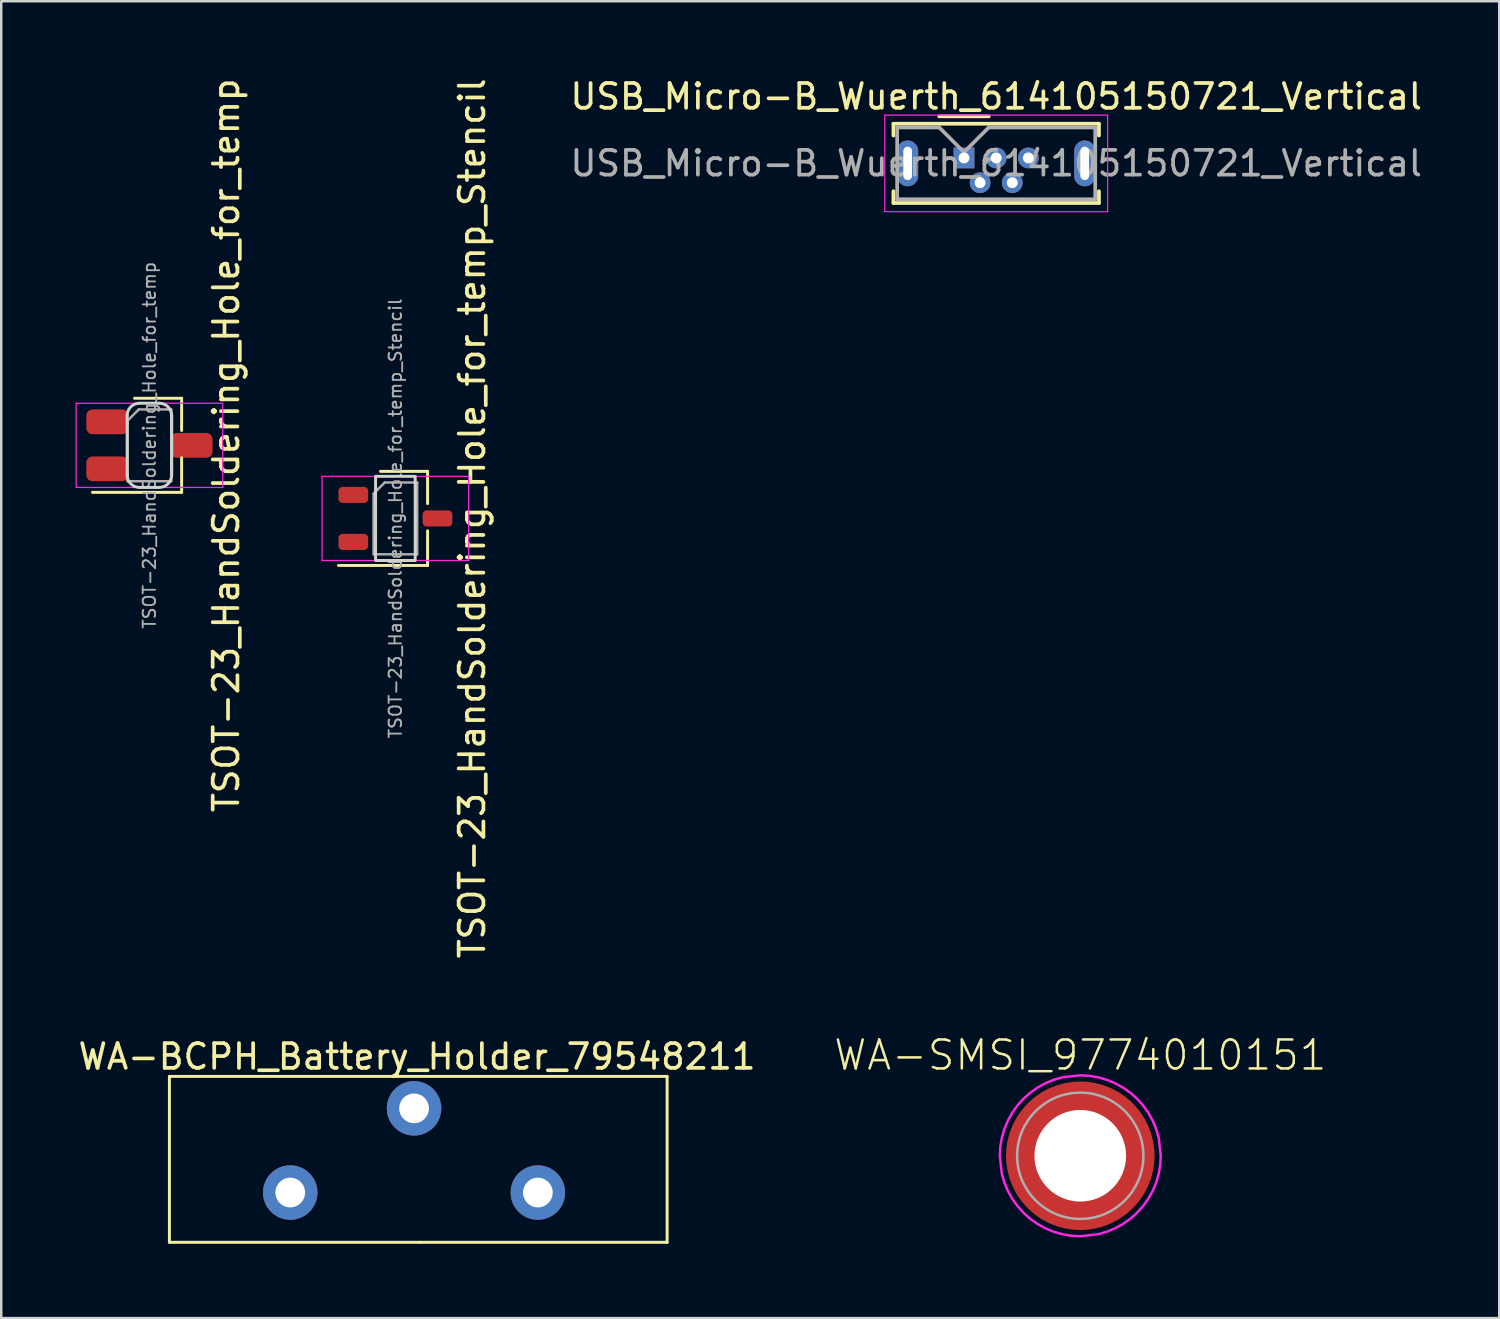
<source format=kicad_pcb>
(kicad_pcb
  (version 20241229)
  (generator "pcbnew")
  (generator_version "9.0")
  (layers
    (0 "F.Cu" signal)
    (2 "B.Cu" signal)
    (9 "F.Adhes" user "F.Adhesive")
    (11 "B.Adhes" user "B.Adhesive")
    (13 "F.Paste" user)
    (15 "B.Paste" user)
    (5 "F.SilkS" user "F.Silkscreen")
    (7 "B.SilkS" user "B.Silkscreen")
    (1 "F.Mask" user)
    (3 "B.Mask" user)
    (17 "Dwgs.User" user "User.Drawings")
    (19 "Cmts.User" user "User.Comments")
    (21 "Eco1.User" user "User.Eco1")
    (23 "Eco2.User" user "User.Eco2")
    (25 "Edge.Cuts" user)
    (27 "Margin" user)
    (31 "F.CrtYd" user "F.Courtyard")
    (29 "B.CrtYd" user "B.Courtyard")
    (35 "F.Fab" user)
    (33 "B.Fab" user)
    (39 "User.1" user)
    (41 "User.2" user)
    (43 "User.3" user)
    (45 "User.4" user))
  (footprint "WA-SMSI_9774010151"
    (layer "F.Cu")
    (at 40.578 43.627)
    (property "Reference" "WA-SMSI_9774010151" (at 0 -3.38 0) (layer "F.SilkS") (effects (font (size 1.168 1.168) (thickness 0.102)) (justify bottom)))
    (fp_poly (pts (xy -1.865 0.335) (xy -1.86 0.369) (xy -1.845 0.434) (xy -1.815 0.549) (xy -1.79 0.623) (xy -1.755 0.713) (xy -1.735 0.763) (xy -1.691 0.858) (xy -1.651 0.933) (xy -1.581 1.047) (xy -1.536 1.112) (xy -1.501 1.157) (xy -1.441 1.232) (xy -1.391 1.287) (xy -1.351 1.331) (xy -1.312 1.366) (xy -1.232 1.441) (xy -1.177 1.486) (xy -1.132 1.521) (xy -1.077 1.561) (xy -1.022 1.596) (xy -0.957 1.636) (xy -0.888 1.676) (xy -0.808 1.715) (xy -0.728 1.75) (xy -0.643 1.785) (xy -0.569 1.81) (xy -0.494 1.83) (xy -0.414 1.85) (xy -0.34 1.865) (xy -0.32 1.865) (xy -0.32 2.911) (xy -0.351 2.905) (xy -0.421 2.895) (xy -0.511 2.88) (xy -0.591 2.865) (xy -0.666 2.85) (xy -0.766 2.825) (xy -0.851 2.8) (xy -0.942 2.77) (xy -1.012 2.745) (xy -1.092 2.715) (xy -1.177 2.68) (xy -1.252 2.645) (xy -1.372 2.584) (xy -1.442 2.544) (xy -1.513 2.504) (xy -1.583 2.459) (xy -1.623 2.434) (xy -1.688 2.389) (xy -1.738 2.354) (xy -1.783 2.319) (xy -1.848 2.269) (xy -1.913 2.214) (xy -1.953 2.179) (xy -2.018 2.119) (xy -2.079 2.059) (xy -2.129 2.008) (xy -2.169 1.963) (xy -2.209 1.918) (xy -2.264 1.853) (xy -2.304 1.803) (xy -2.349 1.743) (xy -2.399 1.673) (xy -2.444 1.608) (xy -2.494 1.528) (xy -2.529 1.473) (xy -2.574 1.387) (xy -2.614 1.317) (xy -2.655 1.232) (xy -2.685 1.162) (xy -2.73 1.057) (xy -2.765 0.957) (xy -2.79 0.882) (xy -2.815 0.801) (xy -2.845 0.681) (xy -2.865 0.596) (xy -2.88 0.516) (xy -2.895 0.431) (xy -2.905 0.35) (xy -2.905 0.32) (xy -1.865 0.32)) (stroke (width 0) (type solid)) (fill yes) (layer "F.Paste"))
    (fp_poly (pts (xy -1.287 -1.391) (xy -1.331 -1.351) (xy -1.366 -1.312) (xy -1.441 -1.232) (xy -1.486 -1.177) (xy -1.521 -1.132) (xy -1.561 -1.077) (xy -1.596 -1.022) (xy -1.636 -0.957) (xy -1.676 -0.888) (xy -1.715 -0.808) (xy -1.75 -0.728) (xy -1.785 -0.643) (xy -1.81 -0.569) (xy -1.83 -0.494) (xy -1.85 -0.414) (xy -1.865 -0.34) (xy -1.865 -0.32) (xy -2.911 -0.32) (xy -2.905 -0.351) (xy -2.895 -0.421) (xy -2.88 -0.511) (xy -2.865 -0.591) (xy -2.85 -0.666) (xy -2.825 -0.766) (xy -2.8 -0.851) (xy -2.77 -0.942) (xy -2.745 -1.012) (xy -2.715 -1.092) (xy -2.68 -1.177) (xy -2.645 -1.252) (xy -2.584 -1.372) (xy -2.544 -1.442) (xy -2.504 -1.513) (xy -2.459 -1.583) (xy -2.434 -1.623) (xy -2.389 -1.688) (xy -2.354 -1.738) (xy -2.319 -1.783) (xy -2.269 -1.848) (xy -2.214 -1.913) (xy -2.179 -1.953) (xy -2.119 -2.018) (xy -2.059 -2.079) (xy -2.008 -2.129) (xy -1.963 -2.169) (xy -1.918 -2.209) (xy -1.853 -2.264) (xy -1.803 -2.304) (xy -1.743 -2.349) (xy -1.673 -2.399) (xy -1.608 -2.444) (xy -1.528 -2.494) (xy -1.473 -2.529) (xy -1.387 -2.574) (xy -1.317 -2.614) (xy -1.232 -2.655) (xy -1.162 -2.685) (xy -1.057 -2.73) (xy -0.957 -2.765) (xy -0.882 -2.79) (xy -0.801 -2.815) (xy -0.681 -2.845) (xy -0.596 -2.865) (xy -0.516 -2.88) (xy -0.431 -2.895) (xy -0.35 -2.905) (xy -0.32 -2.905) (xy -0.32 -1.865) (xy -0.335 -1.865) (xy -0.369 -1.86) (xy -0.434 -1.845) (xy -0.549 -1.815) (xy -0.623 -1.79) (xy -0.713 -1.755) (xy -0.763 -1.735) (xy -0.858 -1.691) (xy -0.933 -1.651) (xy -1.047 -1.581) (xy -1.112 -1.536) (xy -1.157 -1.501) (xy -1.232 -1.441)) (stroke (width 0) (type solid)) (fill yes) (layer "F.Paste"))
    (fp_poly (pts (xy 0.351 -2.905) (xy 0.421 -2.895) (xy 0.511 -2.88) (xy 0.591 -2.865) (xy 0.666 -2.85) (xy 0.766 -2.825) (xy 0.851 -2.8) (xy 0.942 -2.77) (xy 1.012 -2.745) (xy 1.092 -2.715) (xy 1.177 -2.68) (xy 1.252 -2.645) (xy 1.372 -2.584) (xy 1.442 -2.544) (xy 1.513 -2.504) (xy 1.583 -2.459) (xy 1.623 -2.434) (xy 1.688 -2.389) (xy 1.738 -2.354) (xy 1.783 -2.319) (xy 1.848 -2.269) (xy 1.913 -2.214) (xy 1.953 -2.179) (xy 2.018 -2.119) (xy 2.079 -2.059) (xy 2.129 -2.008) (xy 2.169 -1.963) (xy 2.209 -1.918) (xy 2.264 -1.853) (xy 2.304 -1.803) (xy 2.349 -1.743) (xy 2.399 -1.673) (xy 2.444 -1.608) (xy 2.494 -1.528) (xy 2.529 -1.473) (xy 2.574 -1.387) (xy 2.614 -1.317) (xy 2.655 -1.232) (xy 2.685 -1.162) (xy 2.73 -1.057) (xy 2.765 -0.957) (xy 2.79 -0.882) (xy 2.815 -0.801) (xy 2.845 -0.681) (xy 2.865 -0.596) (xy 2.88 -0.516) (xy 2.895 -0.431) (xy 2.905 -0.35) (xy 2.905 -0.32) (xy 1.865 -0.32) (xy 1.865 -0.335) (xy 1.86 -0.369) (xy 1.845 -0.434) (xy 1.815 -0.549) (xy 1.79 -0.623) (xy 1.755 -0.713) (xy 1.735 -0.763) (xy 1.691 -0.858) (xy 1.651 -0.933) (xy 1.581 -1.047) (xy 1.536 -1.112) (xy 1.501 -1.157) (xy 1.441 -1.232) (xy 1.391 -1.287) (xy 1.351 -1.331) (xy 1.312 -1.366) (xy 1.232 -1.441) (xy 1.177 -1.486) (xy 1.132 -1.521) (xy 1.077 -1.561) (xy 1.022 -1.596) (xy 0.957 -1.636) (xy 0.888 -1.676) (xy 0.808 -1.715) (xy 0.728 -1.75) (xy 0.643 -1.785) (xy 0.569 -1.81) (xy 0.494 -1.83) (xy 0.414 -1.85) (xy 0.34 -1.865) (xy 0.32 -1.865) (xy 0.32 -2.911)) (stroke (width 0) (type solid)) (fill yes) (layer "F.Paste"))
    (fp_poly (pts (xy 1.387 2.574) (xy 1.317 2.614) (xy 1.232 2.655) (xy 1.162 2.685) (xy 1.057 2.73) (xy 0.957 2.765) (xy 0.882 2.79) (xy 0.801 2.815) (xy 0.681 2.845) (xy 0.596 2.865) (xy 0.516 2.88) (xy 0.431 2.895) (xy 0.35 2.905) (xy 0.32 2.905) (xy 0.32 1.865) (xy 0.335 1.865) (xy 0.369 1.86) (xy 0.434 1.845) (xy 0.549 1.815) (xy 0.623 1.79) (xy 0.713 1.755) (xy 0.763 1.735) (xy 0.858 1.691) (xy 0.933 1.651) (xy 1.047 1.581) (xy 1.112 1.536) (xy 1.157 1.501) (xy 1.232 1.441) (xy 1.287 1.391) (xy 1.331 1.351) (xy 1.366 1.312) (xy 1.441 1.232) (xy 1.486 1.177) (xy 1.521 1.132) (xy 1.561 1.077) (xy 1.596 1.022) (xy 1.636 0.957) (xy 1.676 0.888) (xy 1.715 0.808) (xy 1.75 0.728) (xy 1.785 0.643) (xy 1.81 0.569) (xy 1.83 0.494) (xy 1.85 0.414) (xy 1.865 0.34) (xy 1.865 0.32) (xy 2.911 0.32) (xy 2.905 0.351) (xy 2.895 0.421) (xy 2.88 0.511) (xy 2.865 0.591) (xy 2.85 0.666) (xy 2.825 0.766) (xy 2.8 0.851) (xy 2.77 0.942) (xy 2.745 1.012) (xy 2.715 1.092) (xy 2.68 1.177) (xy 2.645 1.252) (xy 2.584 1.372) (xy 2.544 1.442) (xy 2.504 1.513) (xy 2.459 1.583) (xy 2.434 1.623) (xy 2.389 1.688) (xy 2.354 1.738) (xy 2.319 1.783) (xy 2.269 1.848) (xy 2.214 1.913) (xy 2.179 1.953) (xy 2.119 2.018) (xy 2.059 2.079) (xy 2.008 2.129) (xy 1.963 2.169) (xy 1.918 2.209) (xy 1.853 2.264) (xy 1.803 2.304) (xy 1.743 2.349) (xy 1.673 2.399) (xy 1.608 2.444) (xy 1.528 2.494) (xy 1.473 2.529)) (stroke (width 0) (type solid)) (fill yes) (layer "F.Paste"))
    (fp_poly (pts (xy 0.364 -3.23) (xy 0.723 -3.169) (xy 1.073 -3.068) (xy 1.41 -2.928) (xy 1.729 -2.752) (xy 2.026 -2.541) (xy 2.298 -2.298) (xy 2.541 -2.026) (xy 2.752 -1.729) (xy 2.928 -1.41) (xy 3.068 -1.073) (xy 3.169 -0.722) (xy 3.25 -0.001) (xy 3.23 0.364) (xy 3.169 0.723) (xy 3.068 1.073) (xy 2.928 1.41) (xy 2.752 1.729) (xy 2.541 2.026) (xy 2.298 2.298) (xy 2.026 2.541) (xy 1.729 2.752) (xy 1.41 2.928) (xy 1.073 3.068) (xy 0.722 3.169) (xy 0.001 3.25) (xy -0.364 3.23) (xy -0.723 3.169) (xy -1.073 3.068) (xy -1.41 2.928) (xy -1.729 2.752) (xy -2.026 2.541) (xy -2.298 2.298) (xy -2.541 2.026) (xy -2.752 1.729) (xy -2.928 1.41) (xy -3.068 1.073) (xy -3.169 0.722) (xy -3.25 0.001) (xy -3.23 -0.364) (xy -3.169 -0.723) (xy -3.068 -1.073) (xy -2.928 -1.41) (xy -2.752 -1.729) (xy -2.541 -2.026) (xy -2.298 -2.298) (xy -2.026 -2.541) (xy -1.729 -2.752) (xy -1.41 -2.928) (xy -1.073 -3.068) (xy -0.722 -3.169) (xy -0.001 -3.25)) (stroke (width 0.1) (type solid)) (fill no) (layer "F.CrtYd"))
    (fp_circle (center 0 0) (end 2.55 0) (stroke (width 0.1) (type solid)) (fill no) (layer "F.Fab"))
    (pad "" np_thru_hole circle (at 0 0) (size 3.7 3.7) (drill 3.7) (layers "*.Cu" "*.Mask"))
    (pad "1" smd roundrect (at 0 0) (size 6 6) (layers "F.Cu" "F.Mask") (roundrect_rratio 0.5)))
  (footprint "USB_Micro-B_Wuerth_614105150721_Vertical"
    (layer "F.Cu")
    (at 35.882 3.328)
    (property "Reference" "USB_Micro-B_Wuerth_614105150721_Vertical" (at 1.3 -2.48 0) (layer "F.SilkS") (effects (font (size 1 1) (thickness 0.15))))
    (attr through_hole)
    (fp_line (start -2.85 -1.38) (end 5.45 -1.38) (stroke (width 0.15) (type solid)) (layer "F.SilkS"))
    (fp_line (start -2.85 -0.905) (end -2.85 -1.38) (stroke (width 0.15) (type solid)) (layer "F.SilkS"))
    (fp_line (start -2.85 1.345) (end -2.85 1.82) (stroke (width 0.15) (type solid)) (layer "F.SilkS"))
    (fp_line (start -2.85 1.82) (end 5.45 1.82) (stroke (width 0.15) (type solid)) (layer "F.SilkS"))
    (fp_line (start -1 -1.68) (end 1 -1.68) (stroke (width 0.15) (type solid)) (layer "F.SilkS"))
    (fp_line (start 5.45 -1.38) (end 5.45 -0.905) (stroke (width 0.15) (type solid)) (layer "F.SilkS"))
    (fp_line (start 5.45 1.82) (end 5.45 1.345) (stroke (width 0.15) (type solid)) (layer "F.SilkS"))
    (fp_line (start -3.2 -1.73) (end -3.2 2.17) (stroke (width 0.05) (type solid)) (layer "F.CrtYd"))
    (fp_line (start -3.2 2.17) (end 5.8 2.17) (stroke (width 0.05) (type solid)) (layer "F.CrtYd"))
    (fp_line (start 5.8 -1.73) (end -3.2 -1.73) (stroke (width 0.05) (type solid)) (layer "F.CrtYd"))
    (fp_line (start 5.8 2.17) (end 5.8 -1.73) (stroke (width 0.05) (type solid)) (layer "F.CrtYd"))
    (fp_line (start -2.7 -1.23) (end -1 -1.23) (stroke (width 0.15) (type solid)) (layer "F.Fab"))
    (fp_line (start -2.7 1.67) (end -2.7 -1.23) (stroke (width 0.15) (type solid)) (layer "F.Fab"))
    (fp_line (start -1 -1.23) (end 0 -0.23) (stroke (width 0.15) (type solid)) (layer "F.Fab"))
    (fp_line (start 0 -0.23) (end 1 -1.23) (stroke (width 0.15) (type solid)) (layer "F.Fab"))
    (fp_line (start 1 -1.23) (end 5.3 -1.23) (stroke (width 0.15) (type solid)) (layer "F.Fab"))
    (fp_line (start 5.3 -1.23) (end 5.3 1.67) (stroke (width 0.15) (type solid)) (layer "F.Fab"))
    (fp_line (start 5.3 1.67) (end -2.7 1.67) (stroke (width 0.15) (type solid)) (layer "F.Fab"))
    (fp_text user "${REFERENCE}" (at 1.3 0.22 0) (layer "F.Fab") (effects (font (size 1 1) (thickness 0.15))))
    (pad "1" thru_hole rect (at 0 0) (size 0.84 0.84) (drill 0.44) (layers "*.Cu" "*.Mask"))
    (pad "2" thru_hole circle (at 0.65 1) (size 0.84 0.84) (drill 0.44) (layers "*.Cu" "*.Mask"))
    (pad "3" thru_hole circle (at 1.3 0) (size 0.84 0.84) (drill 0.44) (layers "*.Cu" "*.Mask"))
    (pad "4" thru_hole circle (at 1.95 1) (size 0.84 0.84) (drill 0.44) (layers "*.Cu" "*.Mask"))
    (pad "5" thru_hole circle (at 2.6 0) (size 0.84 0.84) (drill 0.44) (layers "*.Cu" "*.Mask"))
    (pad "6" thru_hole oval (at -2.275 0.22) (size 0.85 1.85) (drill oval 0.35 1.35) (layers "*.Cu" "*.Mask"))
    (pad "6" thru_hole oval (at 4.875 0.22) (size 0.85 1.85) (drill oval 0.35 1.35) (layers "*.Cu" "*.Mask")))
  (footprint "WA-BCPH_Battery_Holder_79548211"
    (layer "F.Cu")
    (at 13.792 39.122)
    (property "Reference" "WA-BCPH_Battery_Holder_79548211" (at 0 0.5 0) (layer "F.SilkS") (effects (font (size 1 1) (thickness 0.15))))
    (attr through_hole)
    (fp_line (start -10 1.3) (end -10 8) (stroke (width 0.12) (type solid)) (layer "F.SilkS"))
    (fp_line (start -10 8) (end 0.1 8) (stroke (width 0.12) (type solid)) (layer "F.SilkS"))
    (fp_line (start 0.1 8) (end 10.1 8) (stroke (width 0.12) (type solid)) (layer "F.SilkS"))
    (fp_line (start 10.1 1.3) (end -10 1.3) (stroke (width 0.12) (type solid)) (layer "F.SilkS"))
    (fp_line (start 10.1 8) (end 10.1 1.3) (stroke (width 0.12) (type solid)) (layer "F.SilkS"))
    (pad "1" thru_hole circle (at -5.12 5.99) (size 2.2 2.2) (drill 1.2) (layers "*.Cu" "*.Mask"))
    (pad "2" thru_hole circle (at -0.12 2.59) (size 2.2 2.2) (drill 1.2) (layers "*.Cu" "*.Mask"))
    (pad "3" thru_hole circle (at 4.88 5.99) (size 2.2 2.2) (drill 1.2) (layers "*.Cu" "*.Mask")))
  (footprint "TSOT-23_HandSoldering_Hole_for_temp_Stencil"
    (layer "F.Cu")
    (at 12.918 17.887)
    (property "Reference" "TSOT-23_HandSoldering_Hole_for_temp_Stencil" (at 3.1 0 270) (layer "F.SilkS") (effects (font (size 1 1) (thickness 0.15))))
    (attr smd)
    (fp_line (start 1.3 -1.9) (end -0.6 -1.9) (stroke (width 0.12) (type solid)) (layer "F.SilkS"))
    (fp_line (start 1.3 -1.9) (end 1.3 -0.6) (stroke (width 0.12) (type solid)) (layer "F.SilkS"))
    (fp_line (start 1.3 0.5) (end 1.3 1.9) (stroke (width 0.12) (type solid)) (layer "F.SilkS"))
    (fp_line (start 1.3 1.9) (end -2.3 1.9) (stroke (width 0.12) (type solid)) (layer "F.SilkS"))
    (fp_rect (start -2.225 -1.2) (end -1.175 -0.7) (stroke (width 0.12) (type solid)) (fill yes) (layer "F.Paste"))
    (fp_rect (start -2.225 0.7) (end -1.175 1.2) (stroke (width 0.12) (type solid)) (fill yes) (layer "F.Paste"))
    (fp_rect (start 1.175 -0.25) (end 2.225 0.25) (stroke (width 0.12) (type solid)) (fill yes) (layer "F.Paste"))
    (fp_rect (start -0.8 -1.7) (end 0.8 1.7) (stroke (width 0.12) (type default)) (fill no) (layer "Edge.Cuts"))
    (fp_line (start -2.96 -1.7) (end -2.96 1.7) (stroke (width 0.05) (type solid)) (layer "F.CrtYd"))
    (fp_line (start -2.96 -1.7) (end 2.96 -1.7) (stroke (width 0.05) (type solid)) (layer "F.CrtYd"))
    (fp_line (start 2.96 1.7) (end -2.96 1.7) (stroke (width 0.05) (type solid)) (layer "F.CrtYd"))
    (fp_line (start 2.96 1.7) (end 2.96 -1.7) (stroke (width 0.05) (type solid)) (layer "F.CrtYd"))
    (fp_line (start -0.88 -1) (end -0.88 1.45) (stroke (width 0.1) (type solid)) (layer "F.Fab"))
    (fp_line (start -0.88 -1) (end -0.43 -1.45) (stroke (width 0.1) (type solid)) (layer "F.Fab"))
    (fp_line (start 0.88 -1.45) (end -0.43 -1.45) (stroke (width 0.1) (type solid)) (layer "F.Fab"))
    (fp_line (start 0.88 -1.45) (end 0.88 1.45) (stroke (width 0.1) (type solid)) (layer "F.Fab"))
    (fp_line (start 0.88 1.45) (end -0.88 1.45) (stroke (width 0.1) (type solid)) (layer "F.Fab"))
    (fp_text user "${REFERENCE}" (at 0 0 90) (layer "F.Fab") (effects (font (size 0.5 0.5) (thickness 0.075))))
    (pad "1" connect roundrect (at -1.7 0.95) (size 1.2 0.65) (layers "F.Cu" "F.Mask") (roundrect_rratio 0.25))
    (pad "2" connect roundrect (at -1.7 -0.95) (size 1.2 0.65) (layers "F.Cu" "F.Mask") (roundrect_rratio 0.25))
    (pad "3" connect roundrect (at 1.7 0) (size 1.2 0.65) (layers "F.Cu" "F.Mask") (roundrect_rratio 0.25)))
  (footprint "TSOT-23_HandSoldering_Hole_for_temp"
    (layer "F.Cu")
    (at 2.985 14.935)
    (property "Reference" "TSOT-23_HandSoldering_Hole_for_temp" (at 3.1 0 270) (layer "F.SilkS") (effects (font (size 1 1) (thickness 0.15))))
    (attr smd)
    (fp_line (start 1.3 -1.9) (end -0.6 -1.9) (stroke (width 0.12) (type solid)) (layer "F.SilkS"))
    (fp_line (start 1.3 -1.9) (end 1.3 -0.6) (stroke (width 0.12) (type solid)) (layer "F.SilkS"))
    (fp_line (start 1.3 0.5) (end 1.3 1.9) (stroke (width 0.12) (type solid)) (layer "F.SilkS"))
    (fp_line (start 1.3 1.9) (end -2.3 1.9) (stroke (width 0.12) (type solid)) (layer "F.SilkS"))
    (fp_line (start -0.9 1.2) (end -0.9 -1.2) (stroke (width 0.12) (type solid)) (layer "Edge.Cuts"))
    (fp_line (start -0.4 -1.7) (end 0.396 -1.7) (stroke (width 0.12) (type solid)) (layer "Edge.Cuts"))
    (fp_line (start 0.396 1.7) (end -0.4 1.7) (stroke (width 0.12) (type solid)) (layer "Edge.Cuts"))
    (fp_line (start 0.9 -1.2) (end 0.9 1.2) (stroke (width 0.12) (type solid)) (layer "Edge.Cuts"))
    (fp_arc (start -0.9 -1.2) (mid -0.753553 -1.553553) (end -0.4 -1.7) (stroke (width 0.12) (type solid)) (layer "Edge.Cuts"))
    (fp_arc (start -0.4 1.7) (mid -0.753553 1.553553) (end -0.9 1.2) (stroke (width 0.12) (type solid)) (layer "Edge.Cuts"))
    (fp_arc (start 0.396447 -1.7) (mid 0.75 -1.553553) (end 0.896447 -1.2) (stroke (width 0.12) (type solid)) (layer "Edge.Cuts"))
    (fp_arc (start 0.896447 1.2) (mid 0.75 1.553553) (end 0.396447 1.7) (stroke (width 0.12) (type solid)) (layer "Edge.Cuts"))
    (fp_line (start -2.96 -1.7) (end -2.96 1.7) (stroke (width 0.05) (type solid)) (layer "F.CrtYd"))
    (fp_line (start -2.96 -1.7) (end 2.96 -1.7) (stroke (width 0.05) (type solid)) (layer "F.CrtYd"))
    (fp_line (start 2.96 1.7) (end -2.96 1.7) (stroke (width 0.05) (type solid)) (layer "F.CrtYd"))
    (fp_line (start 2.96 1.7) (end 2.96 -1.7) (stroke (width 0.05) (type solid)) (layer "F.CrtYd"))
    (fp_line (start -0.88 -1) (end -0.88 1.45) (stroke (width 0.1) (type solid)) (layer "F.Fab"))
    (fp_line (start -0.88 -1) (end -0.43 -1.45) (stroke (width 0.1) (type solid)) (layer "F.Fab"))
    (fp_line (start 0.88 -1.45) (end -0.43 -1.45) (stroke (width 0.1) (type solid)) (layer "F.Fab"))
    (fp_line (start 0.88 -1.45) (end 0.88 1.45) (stroke (width 0.1) (type solid)) (layer "F.Fab"))
    (fp_line (start 0.88 1.45) (end -0.88 1.45) (stroke (width 0.1) (type solid)) (layer "F.Fab"))
    (fp_text user "${REFERENCE}" (at 0 0 90) (layer "F.Fab") (effects (font (size 0.5 0.5) (thickness 0.075))))
    (pad "1" connect roundrect (at -1.7 0.95) (size 1.7 1) (layers "F.Cu" "F.Mask") (roundrect_rratio 0.25))
    (pad "2" connect roundrect (at -1.7 -0.95) (size 1.7 1) (layers "F.Cu" "F.Mask") (roundrect_rratio 0.25))
    (pad "3" connect roundrect (at 1.7 0) (size 1.7 1) (layers "F.Cu" "F.Mask") (roundrect_rratio 0.25)))
  (gr_rect
    (start -3 -3)
    (end 57.497 50.182)
    (stroke (width 0.1) (type default))
    (fill no)
    (layer "Edge.Cuts")))
</source>
